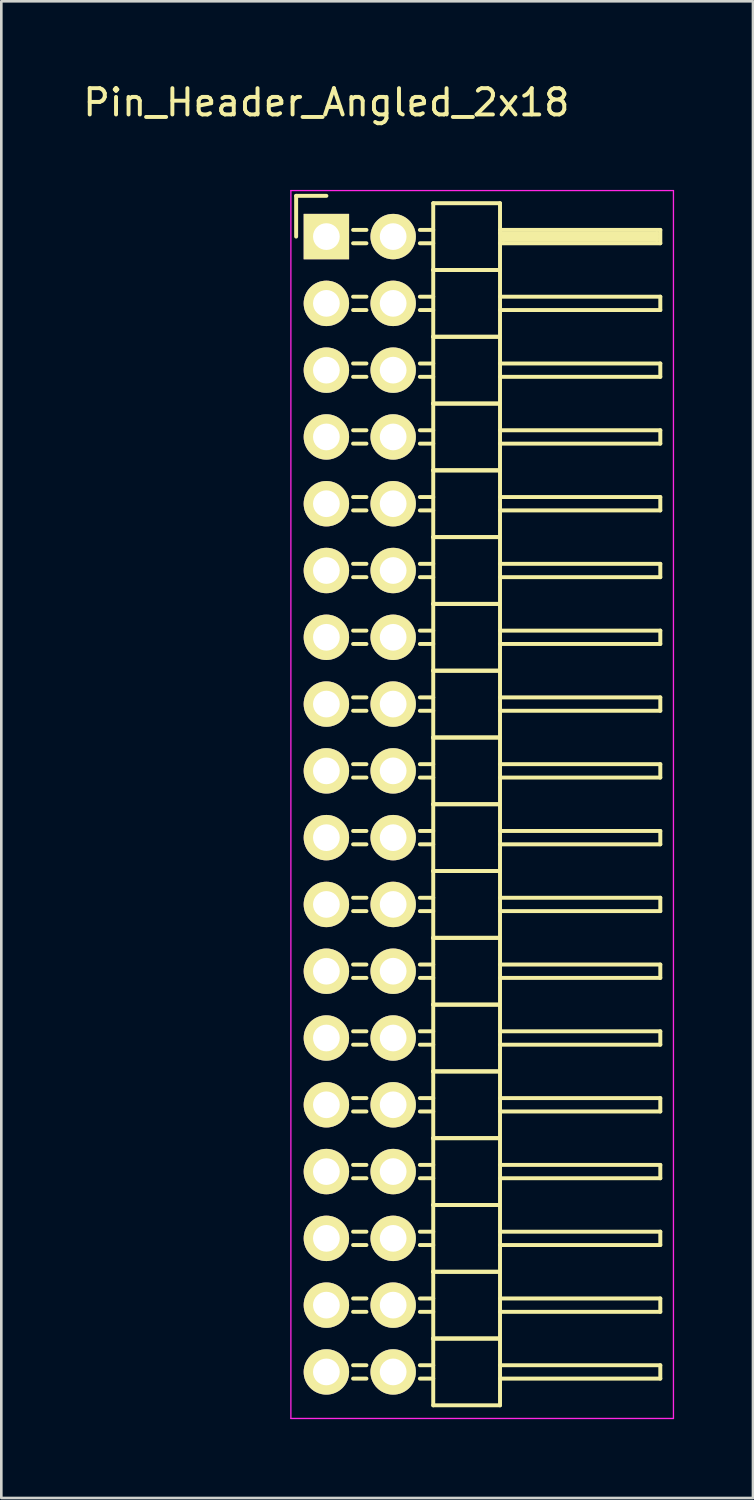
<source format=kicad_pcb>
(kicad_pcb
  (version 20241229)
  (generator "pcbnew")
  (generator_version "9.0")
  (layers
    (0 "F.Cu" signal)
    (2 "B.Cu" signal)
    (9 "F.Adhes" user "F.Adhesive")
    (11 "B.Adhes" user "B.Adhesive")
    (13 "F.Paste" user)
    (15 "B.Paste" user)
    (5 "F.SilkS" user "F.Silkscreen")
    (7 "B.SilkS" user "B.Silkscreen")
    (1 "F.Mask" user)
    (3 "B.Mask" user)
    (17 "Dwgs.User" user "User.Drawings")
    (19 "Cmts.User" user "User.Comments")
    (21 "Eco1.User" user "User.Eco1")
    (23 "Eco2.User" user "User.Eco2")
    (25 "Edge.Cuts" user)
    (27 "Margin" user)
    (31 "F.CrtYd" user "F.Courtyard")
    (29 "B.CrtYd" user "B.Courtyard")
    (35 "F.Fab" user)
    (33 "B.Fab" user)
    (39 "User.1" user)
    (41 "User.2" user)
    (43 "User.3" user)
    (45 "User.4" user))
  (footprint "Pin_Header_Angled_2x18"
    (layer "F.Cu")
    (at 9.363 5.948)
    (property "Reference" "Pin_Header_Angled_2x18" (at 0 -5.1 0) (layer "F.SilkS") (effects (font (size 1 1) (thickness 0.15))))
    (attr through_hole)
    (fp_line (start -1.15 -1.55) (end -1.15 0) (stroke (width 0.15) (type solid)) (layer "F.SilkS"))
    (fp_line (start 0 -1.55) (end -1.15 -1.55) (stroke (width 0.15) (type solid)) (layer "F.SilkS"))
    (fp_line (start 1.524 -0.254) (end 1.016 -0.254) (stroke (width 0.15) (type solid)) (layer "F.SilkS"))
    (fp_line (start 1.524 0.254) (end 1.016 0.254) (stroke (width 0.15) (type solid)) (layer "F.SilkS"))
    (fp_line (start 1.524 2.286) (end 1.016 2.286) (stroke (width 0.15) (type solid)) (layer "F.SilkS"))
    (fp_line (start 1.524 2.794) (end 1.016 2.794) (stroke (width 0.15) (type solid)) (layer "F.SilkS"))
    (fp_line (start 1.524 4.826) (end 1.016 4.826) (stroke (width 0.15) (type solid)) (layer "F.SilkS"))
    (fp_line (start 1.524 5.334) (end 1.016 5.334) (stroke (width 0.15) (type solid)) (layer "F.SilkS"))
    (fp_line (start 1.524 7.366) (end 1.016 7.366) (stroke (width 0.15) (type solid)) (layer "F.SilkS"))
    (fp_line (start 1.524 7.874) (end 1.016 7.874) (stroke (width 0.15) (type solid)) (layer "F.SilkS"))
    (fp_line (start 1.524 9.906) (end 1.016 9.906) (stroke (width 0.15) (type solid)) (layer "F.SilkS"))
    (fp_line (start 1.524 10.414) (end 1.016 10.414) (stroke (width 0.15) (type solid)) (layer "F.SilkS"))
    (fp_line (start 1.524 12.446) (end 1.016 12.446) (stroke (width 0.15) (type solid)) (layer "F.SilkS"))
    (fp_line (start 1.524 12.954) (end 1.016 12.954) (stroke (width 0.15) (type solid)) (layer "F.SilkS"))
    (fp_line (start 1.524 14.986) (end 1.016 14.986) (stroke (width 0.15) (type solid)) (layer "F.SilkS"))
    (fp_line (start 1.524 15.494) (end 1.016 15.494) (stroke (width 0.15) (type solid)) (layer "F.SilkS"))
    (fp_line (start 1.524 17.526) (end 1.016 17.526) (stroke (width 0.15) (type solid)) (layer "F.SilkS"))
    (fp_line (start 1.524 18.034) (end 1.016 18.034) (stroke (width 0.15) (type solid)) (layer "F.SilkS"))
    (fp_line (start 1.524 20.066) (end 1.016 20.066) (stroke (width 0.15) (type solid)) (layer "F.SilkS"))
    (fp_line (start 1.524 20.574) (end 1.016 20.574) (stroke (width 0.15) (type solid)) (layer "F.SilkS"))
    (fp_line (start 1.524 22.606) (end 1.016 22.606) (stroke (width 0.15) (type solid)) (layer "F.SilkS"))
    (fp_line (start 1.524 23.114) (end 1.016 23.114) (stroke (width 0.15) (type solid)) (layer "F.SilkS"))
    (fp_line (start 1.524 25.146) (end 1.016 25.146) (stroke (width 0.15) (type solid)) (layer "F.SilkS"))
    (fp_line (start 1.524 25.654) (end 1.016 25.654) (stroke (width 0.15) (type solid)) (layer "F.SilkS"))
    (fp_line (start 1.524 27.686) (end 1.016 27.686) (stroke (width 0.15) (type solid)) (layer "F.SilkS"))
    (fp_line (start 1.524 28.194) (end 1.016 28.194) (stroke (width 0.15) (type solid)) (layer "F.SilkS"))
    (fp_line (start 1.524 30.226) (end 1.016 30.226) (stroke (width 0.15) (type solid)) (layer "F.SilkS"))
    (fp_line (start 1.524 30.734) (end 1.016 30.734) (stroke (width 0.15) (type solid)) (layer "F.SilkS"))
    (fp_line (start 1.524 32.766) (end 1.016 32.766) (stroke (width 0.15) (type solid)) (layer "F.SilkS"))
    (fp_line (start 1.524 33.274) (end 1.016 33.274) (stroke (width 0.15) (type solid)) (layer "F.SilkS"))
    (fp_line (start 1.524 35.306) (end 1.016 35.306) (stroke (width 0.15) (type solid)) (layer "F.SilkS"))
    (fp_line (start 1.524 35.814) (end 1.016 35.814) (stroke (width 0.15) (type solid)) (layer "F.SilkS"))
    (fp_line (start 1.524 37.846) (end 1.016 37.846) (stroke (width 0.15) (type solid)) (layer "F.SilkS"))
    (fp_line (start 1.524 38.354) (end 1.016 38.354) (stroke (width 0.15) (type solid)) (layer "F.SilkS"))
    (fp_line (start 1.524 40.386) (end 1.016 40.386) (stroke (width 0.15) (type solid)) (layer "F.SilkS"))
    (fp_line (start 1.524 40.894) (end 1.016 40.894) (stroke (width 0.15) (type solid)) (layer "F.SilkS"))
    (fp_line (start 1.524 42.926) (end 1.016 42.926) (stroke (width 0.15) (type solid)) (layer "F.SilkS"))
    (fp_line (start 1.524 43.434) (end 1.016 43.434) (stroke (width 0.15) (type solid)) (layer "F.SilkS"))
    (fp_line (start 4.064 -1.27) (end 4.064 1.27) (stroke (width 0.15) (type solid)) (layer "F.SilkS"))
    (fp_line (start 4.064 -1.27) (end 6.604 -1.27) (stroke (width 0.15) (type solid)) (layer "F.SilkS"))
    (fp_line (start 4.064 -0.254) (end 3.556 -0.254) (stroke (width 0.15) (type solid)) (layer "F.SilkS"))
    (fp_line (start 4.064 0.254) (end 3.556 0.254) (stroke (width 0.15) (type solid)) (layer "F.SilkS"))
    (fp_line (start 4.064 1.27) (end 4.064 3.81) (stroke (width 0.15) (type solid)) (layer "F.SilkS"))
    (fp_line (start 4.064 1.27) (end 6.604 1.27) (stroke (width 0.15) (type solid)) (layer "F.SilkS"))
    (fp_line (start 4.064 1.27) (end 6.604 1.27) (stroke (width 0.15) (type solid)) (layer "F.SilkS"))
    (fp_line (start 4.064 2.286) (end 3.556 2.286) (stroke (width 0.15) (type solid)) (layer "F.SilkS"))
    (fp_line (start 4.064 2.794) (end 3.556 2.794) (stroke (width 0.15) (type solid)) (layer "F.SilkS"))
    (fp_line (start 4.064 3.81) (end 4.064 6.35) (stroke (width 0.15) (type solid)) (layer "F.SilkS"))
    (fp_line (start 4.064 3.81) (end 6.604 3.81) (stroke (width 0.15) (type solid)) (layer "F.SilkS"))
    (fp_line (start 4.064 3.81) (end 6.604 3.81) (stroke (width 0.15) (type solid)) (layer "F.SilkS"))
    (fp_line (start 4.064 4.826) (end 3.556 4.826) (stroke (width 0.15) (type solid)) (layer "F.SilkS"))
    (fp_line (start 4.064 5.334) (end 3.556 5.334) (stroke (width 0.15) (type solid)) (layer "F.SilkS"))
    (fp_line (start 4.064 6.35) (end 4.064 8.89) (stroke (width 0.15) (type solid)) (layer "F.SilkS"))
    (fp_line (start 4.064 6.35) (end 6.604 6.35) (stroke (width 0.15) (type solid)) (layer "F.SilkS"))
    (fp_line (start 4.064 6.35) (end 6.604 6.35) (stroke (width 0.15) (type solid)) (layer "F.SilkS"))
    (fp_line (start 4.064 7.366) (end 3.556 7.366) (stroke (width 0.15) (type solid)) (layer "F.SilkS"))
    (fp_line (start 4.064 7.874) (end 3.556 7.874) (stroke (width 0.15) (type solid)) (layer "F.SilkS"))
    (fp_line (start 4.064 8.89) (end 4.064 11.43) (stroke (width 0.15) (type solid)) (layer "F.SilkS"))
    (fp_line (start 4.064 8.89) (end 6.604 8.89) (stroke (width 0.15) (type solid)) (layer "F.SilkS"))
    (fp_line (start 4.064 8.89) (end 6.604 8.89) (stroke (width 0.15) (type solid)) (layer "F.SilkS"))
    (fp_line (start 4.064 9.906) (end 3.556 9.906) (stroke (width 0.15) (type solid)) (layer "F.SilkS"))
    (fp_line (start 4.064 10.414) (end 3.556 10.414) (stroke (width 0.15) (type solid)) (layer "F.SilkS"))
    (fp_line (start 4.064 11.43) (end 4.064 13.97) (stroke (width 0.15) (type solid)) (layer "F.SilkS"))
    (fp_line (start 4.064 11.43) (end 6.604 11.43) (stroke (width 0.15) (type solid)) (layer "F.SilkS"))
    (fp_line (start 4.064 11.43) (end 6.604 11.43) (stroke (width 0.15) (type solid)) (layer "F.SilkS"))
    (fp_line (start 4.064 12.446) (end 3.556 12.446) (stroke (width 0.15) (type solid)) (layer "F.SilkS"))
    (fp_line (start 4.064 12.954) (end 3.556 12.954) (stroke (width 0.15) (type solid)) (layer "F.SilkS"))
    (fp_line (start 4.064 13.97) (end 4.064 16.51) (stroke (width 0.15) (type solid)) (layer "F.SilkS"))
    (fp_line (start 4.064 13.97) (end 6.604 13.97) (stroke (width 0.15) (type solid)) (layer "F.SilkS"))
    (fp_line (start 4.064 13.97) (end 6.604 13.97) (stroke (width 0.15) (type solid)) (layer "F.SilkS"))
    (fp_line (start 4.064 14.986) (end 3.556 14.986) (stroke (width 0.15) (type solid)) (layer "F.SilkS"))
    (fp_line (start 4.064 15.494) (end 3.556 15.494) (stroke (width 0.15) (type solid)) (layer "F.SilkS"))
    (fp_line (start 4.064 16.51) (end 4.064 19.05) (stroke (width 0.15) (type solid)) (layer "F.SilkS"))
    (fp_line (start 4.064 16.51) (end 6.604 16.51) (stroke (width 0.15) (type solid)) (layer "F.SilkS"))
    (fp_line (start 4.064 16.51) (end 6.604 16.51) (stroke (width 0.15) (type solid)) (layer "F.SilkS"))
    (fp_line (start 4.064 17.526) (end 3.556 17.526) (stroke (width 0.15) (type solid)) (layer "F.SilkS"))
    (fp_line (start 4.064 18.034) (end 3.556 18.034) (stroke (width 0.15) (type solid)) (layer "F.SilkS"))
    (fp_line (start 4.064 19.05) (end 4.064 21.59) (stroke (width 0.15) (type solid)) (layer "F.SilkS"))
    (fp_line (start 4.064 19.05) (end 6.604 19.05) (stroke (width 0.15) (type solid)) (layer "F.SilkS"))
    (fp_line (start 4.064 19.05) (end 6.604 19.05) (stroke (width 0.15) (type solid)) (layer "F.SilkS"))
    (fp_line (start 4.064 20.066) (end 3.556 20.066) (stroke (width 0.15) (type solid)) (layer "F.SilkS"))
    (fp_line (start 4.064 20.574) (end 3.556 20.574) (stroke (width 0.15) (type solid)) (layer "F.SilkS"))
    (fp_line (start 4.064 21.59) (end 4.064 24.13) (stroke (width 0.15) (type solid)) (layer "F.SilkS"))
    (fp_line (start 4.064 21.59) (end 6.604 21.59) (stroke (width 0.15) (type solid)) (layer "F.SilkS"))
    (fp_line (start 4.064 21.59) (end 6.604 21.59) (stroke (width 0.15) (type solid)) (layer "F.SilkS"))
    (fp_line (start 4.064 22.606) (end 3.556 22.606) (stroke (width 0.15) (type solid)) (layer "F.SilkS"))
    (fp_line (start 4.064 23.114) (end 3.556 23.114) (stroke (width 0.15) (type solid)) (layer "F.SilkS"))
    (fp_line (start 4.064 24.13) (end 4.064 26.67) (stroke (width 0.15) (type solid)) (layer "F.SilkS"))
    (fp_line (start 4.064 24.13) (end 6.604 24.13) (stroke (width 0.15) (type solid)) (layer "F.SilkS"))
    (fp_line (start 4.064 24.13) (end 6.604 24.13) (stroke (width 0.15) (type solid)) (layer "F.SilkS"))
    (fp_line (start 4.064 25.146) (end 3.556 25.146) (stroke (width 0.15) (type solid)) (layer "F.SilkS"))
    (fp_line (start 4.064 25.654) (end 3.556 25.654) (stroke (width 0.15) (type solid)) (layer "F.SilkS"))
    (fp_line (start 4.064 26.67) (end 4.064 29.21) (stroke (width 0.15) (type solid)) (layer "F.SilkS"))
    (fp_line (start 4.064 26.67) (end 6.604 26.67) (stroke (width 0.15) (type solid)) (layer "F.SilkS"))
    (fp_line (start 4.064 26.67) (end 6.604 26.67) (stroke (width 0.15) (type solid)) (layer "F.SilkS"))
    (fp_line (start 4.064 27.686) (end 3.556 27.686) (stroke (width 0.15) (type solid)) (layer "F.SilkS"))
    (fp_line (start 4.064 28.194) (end 3.556 28.194) (stroke (width 0.15) (type solid)) (layer "F.SilkS"))
    (fp_line (start 4.064 29.21) (end 4.064 31.75) (stroke (width 0.15) (type solid)) (layer "F.SilkS"))
    (fp_line (start 4.064 29.21) (end 6.604 29.21) (stroke (width 0.15) (type solid)) (layer "F.SilkS"))
    (fp_line (start 4.064 29.21) (end 6.604 29.21) (stroke (width 0.15) (type solid)) (layer "F.SilkS"))
    (fp_line (start 4.064 30.226) (end 3.556 30.226) (stroke (width 0.15) (type solid)) (layer "F.SilkS"))
    (fp_line (start 4.064 30.734) (end 3.556 30.734) (stroke (width 0.15) (type solid)) (layer "F.SilkS"))
    (fp_line (start 4.064 31.75) (end 4.064 34.29) (stroke (width 0.15) (type solid)) (layer "F.SilkS"))
    (fp_line (start 4.064 31.75) (end 6.604 31.75) (stroke (width 0.15) (type solid)) (layer "F.SilkS"))
    (fp_line (start 4.064 31.75) (end 6.604 31.75) (stroke (width 0.15) (type solid)) (layer "F.SilkS"))
    (fp_line (start 4.064 32.766) (end 3.556 32.766) (stroke (width 0.15) (type solid)) (layer "F.SilkS"))
    (fp_line (start 4.064 33.274) (end 3.556 33.274) (stroke (width 0.15) (type solid)) (layer "F.SilkS"))
    (fp_line (start 4.064 34.29) (end 4.064 36.83) (stroke (width 0.15) (type solid)) (layer "F.SilkS"))
    (fp_line (start 4.064 34.29) (end 6.604 34.29) (stroke (width 0.15) (type solid)) (layer "F.SilkS"))
    (fp_line (start 4.064 34.29) (end 6.604 34.29) (stroke (width 0.15) (type solid)) (layer "F.SilkS"))
    (fp_line (start 4.064 35.306) (end 3.556 35.306) (stroke (width 0.15) (type solid)) (layer "F.SilkS"))
    (fp_line (start 4.064 35.814) (end 3.556 35.814) (stroke (width 0.15) (type solid)) (layer "F.SilkS"))
    (fp_line (start 4.064 36.83) (end 4.064 39.37) (stroke (width 0.15) (type solid)) (layer "F.SilkS"))
    (fp_line (start 4.064 36.83) (end 6.604 36.83) (stroke (width 0.15) (type solid)) (layer "F.SilkS"))
    (fp_line (start 4.064 36.83) (end 6.604 36.83) (stroke (width 0.15) (type solid)) (layer "F.SilkS"))
    (fp_line (start 4.064 37.846) (end 3.556 37.846) (stroke (width 0.15) (type solid)) (layer "F.SilkS"))
    (fp_line (start 4.064 38.354) (end 3.556 38.354) (stroke (width 0.15) (type solid)) (layer "F.SilkS"))
    (fp_line (start 4.064 39.37) (end 4.064 41.91) (stroke (width 0.15) (type solid)) (layer "F.SilkS"))
    (fp_line (start 4.064 39.37) (end 6.604 39.37) (stroke (width 0.15) (type solid)) (layer "F.SilkS"))
    (fp_line (start 4.064 39.37) (end 6.604 39.37) (stroke (width 0.15) (type solid)) (layer "F.SilkS"))
    (fp_line (start 4.064 40.386) (end 3.556 40.386) (stroke (width 0.15) (type solid)) (layer "F.SilkS"))
    (fp_line (start 4.064 40.894) (end 3.556 40.894) (stroke (width 0.15) (type solid)) (layer "F.SilkS"))
    (fp_line (start 4.064 41.91) (end 4.064 44.45) (stroke (width 0.15) (type solid)) (layer "F.SilkS"))
    (fp_line (start 4.064 41.91) (end 6.604 41.91) (stroke (width 0.15) (type solid)) (layer "F.SilkS"))
    (fp_line (start 4.064 41.91) (end 6.604 41.91) (stroke (width 0.15) (type solid)) (layer "F.SilkS"))
    (fp_line (start 4.064 42.926) (end 3.556 42.926) (stroke (width 0.15) (type solid)) (layer "F.SilkS"))
    (fp_line (start 4.064 43.434) (end 3.556 43.434) (stroke (width 0.15) (type solid)) (layer "F.SilkS"))
    (fp_line (start 4.064 44.45) (end 6.604 44.45) (stroke (width 0.15) (type solid)) (layer "F.SilkS"))
    (fp_line (start 6.604 -0.254) (end 12.7 -0.254) (stroke (width 0.15) (type solid)) (layer "F.SilkS"))
    (fp_line (start 6.604 -0.127) (end 12.573 -0.127) (stroke (width 0.15) (type solid)) (layer "F.SilkS"))
    (fp_line (start 6.604 1.27) (end 6.604 -1.27) (stroke (width 0.15) (type solid)) (layer "F.SilkS"))
    (fp_line (start 6.604 2.286) (end 12.7 2.286) (stroke (width 0.15) (type solid)) (layer "F.SilkS"))
    (fp_line (start 6.604 3.81) (end 6.604 1.27) (stroke (width 0.15) (type solid)) (layer "F.SilkS"))
    (fp_line (start 6.604 4.826) (end 12.7 4.826) (stroke (width 0.15) (type solid)) (layer "F.SilkS"))
    (fp_line (start 6.604 6.35) (end 6.604 3.81) (stroke (width 0.15) (type solid)) (layer "F.SilkS"))
    (fp_line (start 6.604 7.366) (end 12.7 7.366) (stroke (width 0.15) (type solid)) (layer "F.SilkS"))
    (fp_line (start 6.604 8.89) (end 6.604 6.35) (stroke (width 0.15) (type solid)) (layer "F.SilkS"))
    (fp_line (start 6.604 9.906) (end 12.7 9.906) (stroke (width 0.15) (type solid)) (layer "F.SilkS"))
    (fp_line (start 6.604 11.43) (end 6.604 8.89) (stroke (width 0.15) (type solid)) (layer "F.SilkS"))
    (fp_line (start 6.604 12.446) (end 12.7 12.446) (stroke (width 0.15) (type solid)) (layer "F.SilkS"))
    (fp_line (start 6.604 13.97) (end 6.604 11.43) (stroke (width 0.15) (type solid)) (layer "F.SilkS"))
    (fp_line (start 6.604 14.986) (end 12.7 14.986) (stroke (width 0.15) (type solid)) (layer "F.SilkS"))
    (fp_line (start 6.604 16.51) (end 6.604 13.97) (stroke (width 0.15) (type solid)) (layer "F.SilkS"))
    (fp_line (start 6.604 17.526) (end 12.7 17.526) (stroke (width 0.15) (type solid)) (layer "F.SilkS"))
    (fp_line (start 6.604 19.05) (end 6.604 16.51) (stroke (width 0.15) (type solid)) (layer "F.SilkS"))
    (fp_line (start 6.604 20.066) (end 12.7 20.066) (stroke (width 0.15) (type solid)) (layer "F.SilkS"))
    (fp_line (start 6.604 21.59) (end 6.604 19.05) (stroke (width 0.15) (type solid)) (layer "F.SilkS"))
    (fp_line (start 6.604 22.606) (end 12.7 22.606) (stroke (width 0.15) (type solid)) (layer "F.SilkS"))
    (fp_line (start 6.604 24.13) (end 6.604 21.59) (stroke (width 0.15) (type solid)) (layer "F.SilkS"))
    (fp_line (start 6.604 25.146) (end 12.7 25.146) (stroke (width 0.15) (type solid)) (layer "F.SilkS"))
    (fp_line (start 6.604 26.67) (end 6.604 24.13) (stroke (width 0.15) (type solid)) (layer "F.SilkS"))
    (fp_line (start 6.604 27.686) (end 12.7 27.686) (stroke (width 0.15) (type solid)) (layer "F.SilkS"))
    (fp_line (start 6.604 29.21) (end 6.604 26.67) (stroke (width 0.15) (type solid)) (layer "F.SilkS"))
    (fp_line (start 6.604 30.226) (end 12.7 30.226) (stroke (width 0.15) (type solid)) (layer "F.SilkS"))
    (fp_line (start 6.604 31.75) (end 6.604 29.21) (stroke (width 0.15) (type solid)) (layer "F.SilkS"))
    (fp_line (start 6.604 32.766) (end 12.7 32.766) (stroke (width 0.15) (type solid)) (layer "F.SilkS"))
    (fp_line (start 6.604 34.29) (end 6.604 31.75) (stroke (width 0.15) (type solid)) (layer "F.SilkS"))
    (fp_line (start 6.604 35.306) (end 12.7 35.306) (stroke (width 0.15) (type solid)) (layer "F.SilkS"))
    (fp_line (start 6.604 36.83) (end 6.604 34.29) (stroke (width 0.15) (type solid)) (layer "F.SilkS"))
    (fp_line (start 6.604 37.846) (end 12.7 37.846) (stroke (width 0.15) (type solid)) (layer "F.SilkS"))
    (fp_line (start 6.604 39.37) (end 6.604 36.83) (stroke (width 0.15) (type solid)) (layer "F.SilkS"))
    (fp_line (start 6.604 40.386) (end 12.7 40.386) (stroke (width 0.15) (type solid)) (layer "F.SilkS"))
    (fp_line (start 6.604 41.91) (end 6.604 39.37) (stroke (width 0.15) (type solid)) (layer "F.SilkS"))
    (fp_line (start 6.604 42.926) (end 12.7 42.926) (stroke (width 0.15) (type solid)) (layer "F.SilkS"))
    (fp_line (start 6.604 44.45) (end 6.604 41.91) (stroke (width 0.15) (type solid)) (layer "F.SilkS"))
    (fp_line (start 6.731 0) (end 12.573 0) (stroke (width 0.15) (type solid)) (layer "F.SilkS"))
    (fp_line (start 6.731 0.127) (end 6.731 0) (stroke (width 0.15) (type solid)) (layer "F.SilkS"))
    (fp_line (start 12.573 -0.127) (end 12.573 0.127) (stroke (width 0.15) (type solid)) (layer "F.SilkS"))
    (fp_line (start 12.573 0.127) (end 6.731 0.127) (stroke (width 0.15) (type solid)) (layer "F.SilkS"))
    (fp_line (start 12.7 -0.254) (end 12.7 0.254) (stroke (width 0.15) (type solid)) (layer "F.SilkS"))
    (fp_line (start 12.7 0.254) (end 6.604 0.254) (stroke (width 0.15) (type solid)) (layer "F.SilkS"))
    (fp_line (start 12.7 2.286) (end 12.7 2.794) (stroke (width 0.15) (type solid)) (layer "F.SilkS"))
    (fp_line (start 12.7 2.794) (end 6.604 2.794) (stroke (width 0.15) (type solid)) (layer "F.SilkS"))
    (fp_line (start 12.7 4.826) (end 12.7 5.334) (stroke (width 0.15) (type solid)) (layer "F.SilkS"))
    (fp_line (start 12.7 5.334) (end 6.604 5.334) (stroke (width 0.15) (type solid)) (layer "F.SilkS"))
    (fp_line (start 12.7 7.366) (end 12.7 7.874) (stroke (width 0.15) (type solid)) (layer "F.SilkS"))
    (fp_line (start 12.7 7.874) (end 6.604 7.874) (stroke (width 0.15) (type solid)) (layer "F.SilkS"))
    (fp_line (start 12.7 9.906) (end 12.7 10.414) (stroke (width 0.15) (type solid)) (layer "F.SilkS"))
    (fp_line (start 12.7 10.414) (end 6.604 10.414) (stroke (width 0.15) (type solid)) (layer "F.SilkS"))
    (fp_line (start 12.7 12.446) (end 12.7 12.954) (stroke (width 0.15) (type solid)) (layer "F.SilkS"))
    (fp_line (start 12.7 12.954) (end 6.604 12.954) (stroke (width 0.15) (type solid)) (layer "F.SilkS"))
    (fp_line (start 12.7 14.986) (end 12.7 15.494) (stroke (width 0.15) (type solid)) (layer "F.SilkS"))
    (fp_line (start 12.7 15.494) (end 6.604 15.494) (stroke (width 0.15) (type solid)) (layer "F.SilkS"))
    (fp_line (start 12.7 17.526) (end 12.7 18.034) (stroke (width 0.15) (type solid)) (layer "F.SilkS"))
    (fp_line (start 12.7 18.034) (end 6.604 18.034) (stroke (width 0.15) (type solid)) (layer "F.SilkS"))
    (fp_line (start 12.7 20.066) (end 12.7 20.574) (stroke (width 0.15) (type solid)) (layer "F.SilkS"))
    (fp_line (start 12.7 20.574) (end 6.604 20.574) (stroke (width 0.15) (type solid)) (layer "F.SilkS"))
    (fp_line (start 12.7 22.606) (end 12.7 23.114) (stroke (width 0.15) (type solid)) (layer "F.SilkS"))
    (fp_line (start 12.7 23.114) (end 6.604 23.114) (stroke (width 0.15) (type solid)) (layer "F.SilkS"))
    (fp_line (start 12.7 25.146) (end 12.7 25.654) (stroke (width 0.15) (type solid)) (layer "F.SilkS"))
    (fp_line (start 12.7 25.654) (end 6.604 25.654) (stroke (width 0.15) (type solid)) (layer "F.SilkS"))
    (fp_line (start 12.7 27.686) (end 12.7 28.194) (stroke (width 0.15) (type solid)) (layer "F.SilkS"))
    (fp_line (start 12.7 28.194) (end 6.604 28.194) (stroke (width 0.15) (type solid)) (layer "F.SilkS"))
    (fp_line (start 12.7 30.226) (end 12.7 30.734) (stroke (width 0.15) (type solid)) (layer "F.SilkS"))
    (fp_line (start 12.7 30.734) (end 6.604 30.734) (stroke (width 0.15) (type solid)) (layer "F.SilkS"))
    (fp_line (start 12.7 32.766) (end 12.7 33.274) (stroke (width 0.15) (type solid)) (layer "F.SilkS"))
    (fp_line (start 12.7 33.274) (end 6.604 33.274) (stroke (width 0.15) (type solid)) (layer "F.SilkS"))
    (fp_line (start 12.7 35.306) (end 12.7 35.814) (stroke (width 0.15) (type solid)) (layer "F.SilkS"))
    (fp_line (start 12.7 35.814) (end 6.604 35.814) (stroke (width 0.15) (type solid)) (layer "F.SilkS"))
    (fp_line (start 12.7 37.846) (end 12.7 38.354) (stroke (width 0.15) (type solid)) (layer "F.SilkS"))
    (fp_line (start 12.7 38.354) (end 6.604 38.354) (stroke (width 0.15) (type solid)) (layer "F.SilkS"))
    (fp_line (start 12.7 40.386) (end 12.7 40.894) (stroke (width 0.15) (type solid)) (layer "F.SilkS"))
    (fp_line (start 12.7 40.894) (end 6.604 40.894) (stroke (width 0.15) (type solid)) (layer "F.SilkS"))
    (fp_line (start 12.7 42.926) (end 12.7 43.434) (stroke (width 0.15) (type solid)) (layer "F.SilkS"))
    (fp_line (start 12.7 43.434) (end 6.604 43.434) (stroke (width 0.15) (type solid)) (layer "F.SilkS"))
    (fp_line (start -1.35 -1.75) (end -1.35 44.95) (stroke (width 0.05) (type solid)) (layer "F.CrtYd"))
    (fp_line (start -1.35 -1.75) (end 13.2 -1.75) (stroke (width 0.05) (type solid)) (layer "F.CrtYd"))
    (fp_line (start -1.35 44.95) (end 13.2 44.95) (stroke (width 0.05) (type solid)) (layer "F.CrtYd"))
    (fp_line (start 13.2 -1.75) (end 13.2 44.95) (stroke (width 0.05) (type solid)) (layer "F.CrtYd"))
    (pad "1" thru_hole rect (at 0 0) (size 1.727 1.727) (drill 1.016) (layers "*.Cu" "*.Mask" "F.SilkS"))
    (pad "2" thru_hole oval (at 2.54 0) (size 1.727 1.727) (drill 1.016) (layers "*.Cu" "*.Mask" "F.SilkS"))
    (pad "3" thru_hole oval (at 0 2.54) (size 1.727 1.727) (drill 1.016) (layers "*.Cu" "*.Mask" "F.SilkS"))
    (pad "4" thru_hole oval (at 2.54 2.54) (size 1.727 1.727) (drill 1.016) (layers "*.Cu" "*.Mask" "F.SilkS"))
    (pad "5" thru_hole oval (at 0 5.08) (size 1.727 1.727) (drill 1.016) (layers "*.Cu" "*.Mask" "F.SilkS"))
    (pad "6" thru_hole oval (at 2.54 5.08) (size 1.727 1.727) (drill 1.016) (layers "*.Cu" "*.Mask" "F.SilkS"))
    (pad "7" thru_hole oval (at 0 7.62) (size 1.727 1.727) (drill 1.016) (layers "*.Cu" "*.Mask" "F.SilkS"))
    (pad "8" thru_hole oval (at 2.54 7.62) (size 1.727 1.727) (drill 1.016) (layers "*.Cu" "*.Mask" "F.SilkS"))
    (pad "9" thru_hole oval (at 0 10.16) (size 1.727 1.727) (drill 1.016) (layers "*.Cu" "*.Mask" "F.SilkS"))
    (pad "10" thru_hole oval (at 2.54 10.16) (size 1.727 1.727) (drill 1.016) (layers "*.Cu" "*.Mask" "F.SilkS"))
    (pad "11" thru_hole oval (at 0 12.7) (size 1.727 1.727) (drill 1.016) (layers "*.Cu" "*.Mask" "F.SilkS"))
    (pad "12" thru_hole oval (at 2.54 12.7) (size 1.727 1.727) (drill 1.016) (layers "*.Cu" "*.Mask" "F.SilkS"))
    (pad "13" thru_hole oval (at 0 15.24) (size 1.727 1.727) (drill 1.016) (layers "*.Cu" "*.Mask" "F.SilkS"))
    (pad "14" thru_hole oval (at 2.54 15.24) (size 1.727 1.727) (drill 1.016) (layers "*.Cu" "*.Mask" "F.SilkS"))
    (pad "15" thru_hole oval (at 0 17.78) (size 1.727 1.727) (drill 1.016) (layers "*.Cu" "*.Mask" "F.SilkS"))
    (pad "16" thru_hole oval (at 2.54 17.78) (size 1.727 1.727) (drill 1.016) (layers "*.Cu" "*.Mask" "F.SilkS"))
    (pad "17" thru_hole oval (at 0 20.32) (size 1.727 1.727) (drill 1.016) (layers "*.Cu" "*.Mask" "F.SilkS"))
    (pad "18" thru_hole oval (at 2.54 20.32) (size 1.727 1.727) (drill 1.016) (layers "*.Cu" "*.Mask" "F.SilkS"))
    (pad "19" thru_hole oval (at 0 22.86) (size 1.727 1.727) (drill 1.016) (layers "*.Cu" "*.Mask" "F.SilkS"))
    (pad "20" thru_hole oval (at 2.54 22.86) (size 1.727 1.727) (drill 1.016) (layers "*.Cu" "*.Mask" "F.SilkS"))
    (pad "21" thru_hole oval (at 0 25.4) (size 1.727 1.727) (drill 1.016) (layers "*.Cu" "*.Mask" "F.SilkS"))
    (pad "22" thru_hole oval (at 2.54 25.4) (size 1.727 1.727) (drill 1.016) (layers "*.Cu" "*.Mask" "F.SilkS"))
    (pad "23" thru_hole oval (at 0 27.94) (size 1.727 1.727) (drill 1.016) (layers "*.Cu" "*.Mask" "F.SilkS"))
    (pad "24" thru_hole oval (at 2.54 27.94) (size 1.727 1.727) (drill 1.016) (layers "*.Cu" "*.Mask" "F.SilkS"))
    (pad "25" thru_hole oval (at 0 30.48) (size 1.727 1.727) (drill 1.016) (layers "*.Cu" "*.Mask" "F.SilkS"))
    (pad "26" thru_hole oval (at 2.54 30.48) (size 1.727 1.727) (drill 1.016) (layers "*.Cu" "*.Mask" "F.SilkS"))
    (pad "27" thru_hole oval (at 0 33.02) (size 1.727 1.727) (drill 1.016) (layers "*.Cu" "*.Mask" "F.SilkS"))
    (pad "28" thru_hole oval (at 2.54 33.02) (size 1.727 1.727) (drill 1.016) (layers "*.Cu" "*.Mask" "F.SilkS"))
    (pad "29" thru_hole oval (at 0 35.56) (size 1.727 1.727) (drill 1.016) (layers "*.Cu" "*.Mask" "F.SilkS"))
    (pad "30" thru_hole oval (at 2.54 35.56) (size 1.727 1.727) (drill 1.016) (layers "*.Cu" "*.Mask" "F.SilkS"))
    (pad "31" thru_hole oval (at 0 38.1) (size 1.727 1.727) (drill 1.016) (layers "*.Cu" "*.Mask" "F.SilkS"))
    (pad "32" thru_hole oval (at 2.54 38.1) (size 1.727 1.727) (drill 1.016) (layers "*.Cu" "*.Mask" "F.SilkS"))
    (pad "33" thru_hole oval (at 0 40.64) (size 1.727 1.727) (drill 1.016) (layers "*.Cu" "*.Mask" "F.SilkS"))
    (pad "34" thru_hole oval (at 2.54 40.64) (size 1.727 1.727) (drill 1.016) (layers "*.Cu" "*.Mask" "F.SilkS"))
    (pad "35" thru_hole oval (at 0 43.18) (size 1.727 1.727) (drill 1.016) (layers "*.Cu" "*.Mask" "F.SilkS"))
    (pad "36" thru_hole oval (at 2.54 43.18) (size 1.727 1.727) (drill 1.016) (layers "*.Cu" "*.Mask" "F.SilkS")))
  (gr_rect
    (start -3 -3)
    (end 25.588 53.923)
    (stroke (width 0.1) (type default))
    (fill no)
    (layer "Edge.Cuts")))
</source>
